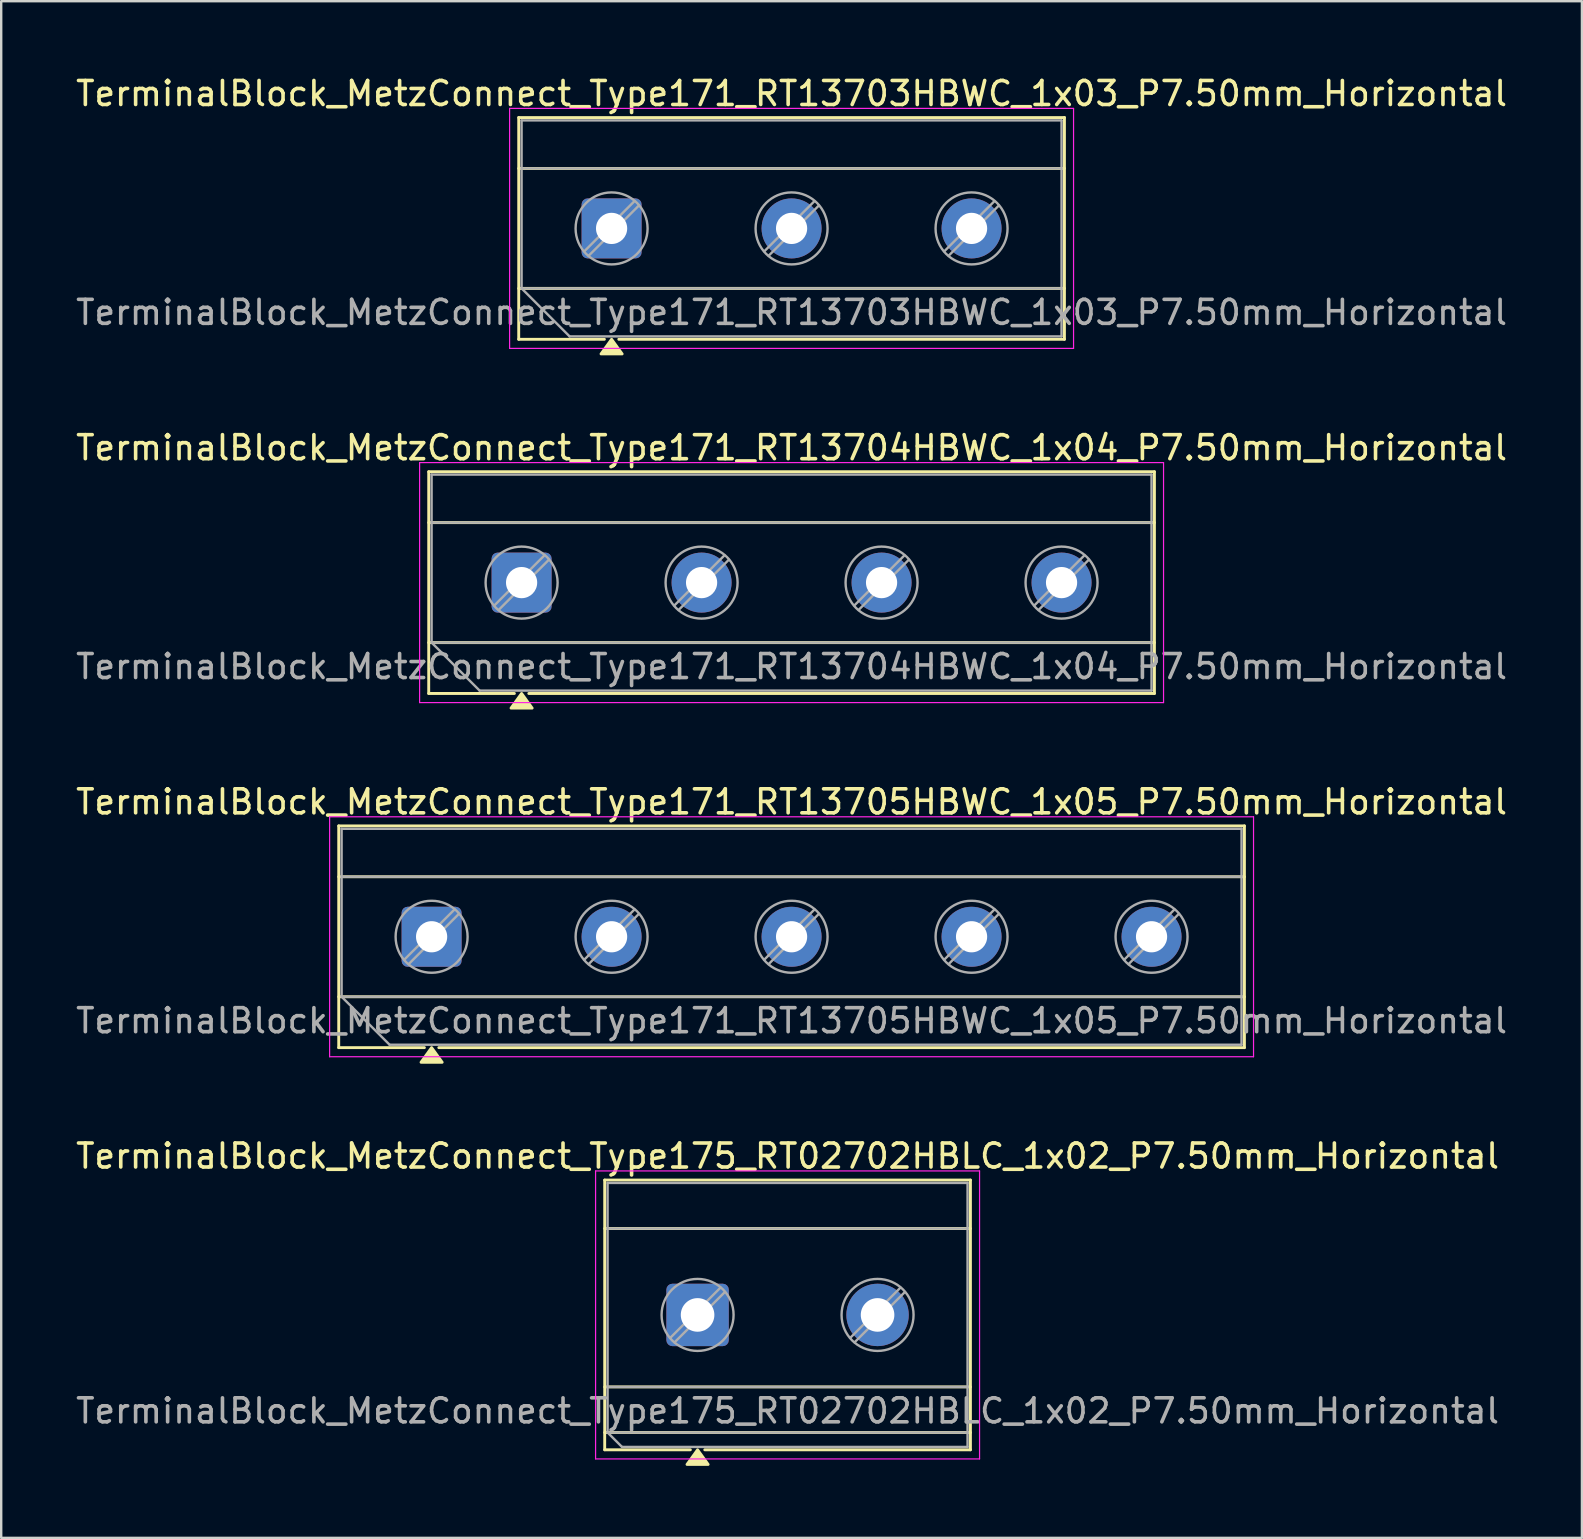
<source format=kicad_pcb>
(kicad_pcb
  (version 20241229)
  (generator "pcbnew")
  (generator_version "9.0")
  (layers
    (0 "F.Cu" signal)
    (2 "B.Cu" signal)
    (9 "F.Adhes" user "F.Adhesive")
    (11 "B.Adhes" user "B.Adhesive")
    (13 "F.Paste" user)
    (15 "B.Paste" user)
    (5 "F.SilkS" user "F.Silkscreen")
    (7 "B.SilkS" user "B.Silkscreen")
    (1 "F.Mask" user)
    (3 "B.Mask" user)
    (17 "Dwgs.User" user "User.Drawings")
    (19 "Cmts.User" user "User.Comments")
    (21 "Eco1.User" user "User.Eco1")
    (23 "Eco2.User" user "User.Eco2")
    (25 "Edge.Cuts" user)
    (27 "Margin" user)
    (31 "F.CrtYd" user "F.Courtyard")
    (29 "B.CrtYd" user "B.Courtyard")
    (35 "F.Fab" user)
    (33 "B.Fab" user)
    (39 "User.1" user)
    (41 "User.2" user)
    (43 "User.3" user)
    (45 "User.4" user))
  (footprint "TerminalBlock_MetzConnect_Type175_RT02702HBLC_1x02_P7.50mm_Horizontal"
    (layer "F.Cu")
    (at 26.018 51.743)
    (property "Reference" "TerminalBlock_MetzConnect_Type175_RT02702HBLC_1x02_P7.50mm_Horizontal" (at 3.75 -6.62 0) (layer "F.SilkS") (effects (font (size 1 1) (thickness 0.15))))
    (attr through_hole)
    (fp_line (start -3.87 -5.62) (end -3.87 5.62) (stroke (width 0.12) (type solid)) (layer "F.SilkS"))
    (fp_line (start -3.87 -5.62) (end 11.37 -5.62) (stroke (width 0.12) (type solid)) (layer "F.SilkS"))
    (fp_line (start -3.87 -3.6) (end 11.37 -3.6) (stroke (width 0.12) (type solid)) (layer "F.SilkS"))
    (fp_line (start -3.87 3) (end 11.37 3) (stroke (width 0.12) (type solid)) (layer "F.SilkS"))
    (fp_line (start -3.87 4.9) (end 11.37 4.9) (stroke (width 0.12) (type solid)) (layer "F.SilkS"))
    (fp_line (start -3.87 5.62) (end -0.3 5.62) (stroke (width 0.12) (type solid)) (layer "F.SilkS"))
    (fp_line (start 0.3 5.62) (end 11.37 5.62) (stroke (width 0.12) (type solid)) (layer "F.SilkS"))
    (fp_line (start 11.37 -5.62) (end 11.37 5.62) (stroke (width 0.12) (type solid)) (layer "F.SilkS"))
    (fp_poly (pts (xy 0 5.62) (xy 0.44 6.23) (xy -0.44 6.23)) (stroke (width 0.12) (type solid)) (fill yes) (layer "F.SilkS"))
    (fp_line (start -4.25 -6) (end -4.25 6) (stroke (width 0.05) (type solid)) (layer "F.CrtYd"))
    (fp_line (start -4.25 6) (end 11.75 6) (stroke (width 0.05) (type solid)) (layer "F.CrtYd"))
    (fp_line (start 11.75 -6) (end -4.25 -6) (stroke (width 0.05) (type solid)) (layer "F.CrtYd"))
    (fp_line (start 11.75 6) (end 11.75 -6) (stroke (width 0.05) (type solid)) (layer "F.CrtYd"))
    (fp_line (start -3.75 -5.5) (end 11.25 -5.5) (stroke (width 0.1) (type solid)) (layer "F.Fab"))
    (fp_line (start -3.75 -3.6) (end 11.25 -3.6) (stroke (width 0.1) (type solid)) (layer "F.Fab"))
    (fp_line (start -3.75 3) (end 11.25 3) (stroke (width 0.1) (type solid)) (layer "F.Fab"))
    (fp_line (start -3.75 4.9) (end -3.75 -5.5) (stroke (width 0.1) (type solid)) (layer "F.Fab"))
    (fp_line (start -3.75 4.9) (end 11.25 4.9) (stroke (width 0.1) (type solid)) (layer "F.Fab"))
    (fp_line (start -3.15 5.5) (end -3.75 4.9) (stroke (width 0.1) (type solid)) (layer "F.Fab"))
    (fp_line (start 0.955 -1.138) (end -1.138 0.955) (stroke (width 0.1) (type solid)) (layer "F.Fab"))
    (fp_line (start 1.138 -0.955) (end -0.955 1.138) (stroke (width 0.1) (type solid)) (layer "F.Fab"))
    (fp_line (start 8.455 -1.138) (end 6.362 0.955) (stroke (width 0.1) (type solid)) (layer "F.Fab"))
    (fp_line (start 8.638 -0.955) (end 6.545 1.138) (stroke (width 0.1) (type solid)) (layer "F.Fab"))
    (fp_line (start 11.25 -5.5) (end 11.25 5.5) (stroke (width 0.1) (type solid)) (layer "F.Fab"))
    (fp_line (start 11.25 5.5) (end -3.15 5.5) (stroke (width 0.1) (type solid)) (layer "F.Fab"))
    (fp_circle (center 0 0) (end 1.5 0) (stroke (width 0.1) (type solid)) (fill no) (layer "F.Fab"))
    (fp_circle (center 7.5 0) (end 9 0) (stroke (width 0.1) (type solid)) (fill no) (layer "F.Fab"))
    (fp_text user "${REFERENCE}" (at 3.75 4 0) (layer "F.Fab") (effects (font (size 1 1) (thickness 0.15))))
    (pad "1" thru_hole roundrect (at 0 0) (size 2.6 2.6) (drill 1.4) (layers "*.Cu" "*.Mask") (roundrect_rratio 0.096))
    (pad "2" thru_hole circle (at 7.5 0) (size 2.6 2.6) (drill 1.4) (layers "*.Cu" "*.Mask")))
  (footprint "TerminalBlock_MetzConnect_Type171_RT13705HBWC_1x05_P7.50mm_Horizontal"
    (layer "F.Cu")
    (at 14.935 35.985)
    (property "Reference" "TerminalBlock_MetzConnect_Type171_RT13705HBWC_1x05_P7.50mm_Horizontal" (at 15 -5.62 0) (layer "F.SilkS") (effects (font (size 1 1) (thickness 0.15))))
    (attr through_hole)
    (fp_line (start -3.87 -4.62) (end -3.87 4.62) (stroke (width 0.12) (type solid)) (layer "F.SilkS"))
    (fp_line (start -3.87 -4.62) (end 33.87 -4.62) (stroke (width 0.12) (type solid)) (layer "F.SilkS"))
    (fp_line (start -3.87 -2.5) (end 33.87 -2.5) (stroke (width 0.12) (type solid)) (layer "F.SilkS"))
    (fp_line (start -3.87 2.5) (end 33.87 2.5) (stroke (width 0.12) (type solid)) (layer "F.SilkS"))
    (fp_line (start -3.87 4.62) (end -0.3 4.62) (stroke (width 0.12) (type solid)) (layer "F.SilkS"))
    (fp_line (start 0.3 4.62) (end 33.87 4.62) (stroke (width 0.12) (type solid)) (layer "F.SilkS"))
    (fp_line (start 33.87 -4.62) (end 33.87 4.62) (stroke (width 0.12) (type solid)) (layer "F.SilkS"))
    (fp_poly (pts (xy 0 4.62) (xy 0.44 5.23) (xy -0.44 5.23)) (stroke (width 0.12) (type solid)) (fill yes) (layer "F.SilkS"))
    (fp_line (start -4.25 -5) (end -4.25 5) (stroke (width 0.05) (type solid)) (layer "F.CrtYd"))
    (fp_line (start -4.25 5) (end 34.25 5) (stroke (width 0.05) (type solid)) (layer "F.CrtYd"))
    (fp_line (start 34.25 -5) (end -4.25 -5) (stroke (width 0.05) (type solid)) (layer "F.CrtYd"))
    (fp_line (start 34.25 5) (end 34.25 -5) (stroke (width 0.05) (type solid)) (layer "F.CrtYd"))
    (fp_line (start -3.75 -4.5) (end 33.75 -4.5) (stroke (width 0.1) (type solid)) (layer "F.Fab"))
    (fp_line (start -3.75 -2.5) (end 33.75 -2.5) (stroke (width 0.1) (type solid)) (layer "F.Fab"))
    (fp_line (start -3.75 2.5) (end -3.75 -4.5) (stroke (width 0.1) (type solid)) (layer "F.Fab"))
    (fp_line (start -3.75 2.5) (end 33.75 2.5) (stroke (width 0.1) (type solid)) (layer "F.Fab"))
    (fp_line (start -1.75 4.5) (end -3.75 2.5) (stroke (width 0.1) (type solid)) (layer "F.Fab"))
    (fp_line (start 0.955 -1.138) (end -1.138 0.955) (stroke (width 0.1) (type solid)) (layer "F.Fab"))
    (fp_line (start 1.138 -0.955) (end -0.955 1.138) (stroke (width 0.1) (type solid)) (layer "F.Fab"))
    (fp_line (start 8.455 -1.138) (end 6.362 0.955) (stroke (width 0.1) (type solid)) (layer "F.Fab"))
    (fp_line (start 8.638 -0.955) (end 6.545 1.138) (stroke (width 0.1) (type solid)) (layer "F.Fab"))
    (fp_line (start 15.955 -1.138) (end 13.862 0.955) (stroke (width 0.1) (type solid)) (layer "F.Fab"))
    (fp_line (start 16.138 -0.955) (end 14.045 1.138) (stroke (width 0.1) (type solid)) (layer "F.Fab"))
    (fp_line (start 23.455 -1.138) (end 21.362 0.955) (stroke (width 0.1) (type solid)) (layer "F.Fab"))
    (fp_line (start 23.638 -0.955) (end 21.545 1.138) (stroke (width 0.1) (type solid)) (layer "F.Fab"))
    (fp_line (start 30.955 -1.138) (end 28.862 0.955) (stroke (width 0.1) (type solid)) (layer "F.Fab"))
    (fp_line (start 31.138 -0.955) (end 29.045 1.138) (stroke (width 0.1) (type solid)) (layer "F.Fab"))
    (fp_line (start 33.75 -4.5) (end 33.75 4.5) (stroke (width 0.1) (type solid)) (layer "F.Fab"))
    (fp_line (start 33.75 4.5) (end -1.75 4.5) (stroke (width 0.1) (type solid)) (layer "F.Fab"))
    (fp_circle (center 0 0) (end 1.5 0) (stroke (width 0.1) (type solid)) (fill no) (layer "F.Fab"))
    (fp_circle (center 7.5 0) (end 9 0) (stroke (width 0.1) (type solid)) (fill no) (layer "F.Fab"))
    (fp_circle (center 15 0) (end 16.5 0) (stroke (width 0.1) (type solid)) (fill no) (layer "F.Fab"))
    (fp_circle (center 22.5 0) (end 24 0) (stroke (width 0.1) (type solid)) (fill no) (layer "F.Fab"))
    (fp_circle (center 30 0) (end 31.5 0) (stroke (width 0.1) (type solid)) (fill no) (layer "F.Fab"))
    (fp_text user "${REFERENCE}" (at 15 3.5 0) (layer "F.Fab") (effects (font (size 1 1) (thickness 0.15))))
    (pad "1" thru_hole roundrect (at 0 0) (size 2.5 2.5) (drill 1.3) (layers "*.Cu" "*.Mask") (roundrect_rratio 0.1))
    (pad "2" thru_hole circle (at 7.5 0) (size 2.5 2.5) (drill 1.3) (layers "*.Cu" "*.Mask"))
    (pad "3" thru_hole circle (at 15 0) (size 2.5 2.5) (drill 1.3) (layers "*.Cu" "*.Mask"))
    (pad "4" thru_hole circle (at 22.5 0) (size 2.5 2.5) (drill 1.3) (layers "*.Cu" "*.Mask"))
    (pad "5" thru_hole circle (at 30 0) (size 2.5 2.5) (drill 1.3) (layers "*.Cu" "*.Mask")))
  (footprint "TerminalBlock_MetzConnect_Type171_RT13704HBWC_1x04_P7.50mm_Horizontal"
    (layer "F.Cu")
    (at 18.685 21.227)
    (property "Reference" "TerminalBlock_MetzConnect_Type171_RT13704HBWC_1x04_P7.50mm_Horizontal" (at 11.25 -5.62 0) (layer "F.SilkS") (effects (font (size 1 1) (thickness 0.15))))
    (attr through_hole)
    (fp_line (start -3.87 -4.62) (end -3.87 4.62) (stroke (width 0.12) (type solid)) (layer "F.SilkS"))
    (fp_line (start -3.87 -4.62) (end 26.37 -4.62) (stroke (width 0.12) (type solid)) (layer "F.SilkS"))
    (fp_line (start -3.87 -2.5) (end 26.37 -2.5) (stroke (width 0.12) (type solid)) (layer "F.SilkS"))
    (fp_line (start -3.87 2.5) (end 26.37 2.5) (stroke (width 0.12) (type solid)) (layer "F.SilkS"))
    (fp_line (start -3.87 4.62) (end -0.3 4.62) (stroke (width 0.12) (type solid)) (layer "F.SilkS"))
    (fp_line (start 0.3 4.62) (end 26.37 4.62) (stroke (width 0.12) (type solid)) (layer "F.SilkS"))
    (fp_line (start 26.37 -4.62) (end 26.37 4.62) (stroke (width 0.12) (type solid)) (layer "F.SilkS"))
    (fp_poly (pts (xy 0 4.62) (xy 0.44 5.23) (xy -0.44 5.23)) (stroke (width 0.12) (type solid)) (fill yes) (layer "F.SilkS"))
    (fp_line (start -4.25 -5) (end -4.25 5) (stroke (width 0.05) (type solid)) (layer "F.CrtYd"))
    (fp_line (start -4.25 5) (end 26.75 5) (stroke (width 0.05) (type solid)) (layer "F.CrtYd"))
    (fp_line (start 26.75 -5) (end -4.25 -5) (stroke (width 0.05) (type solid)) (layer "F.CrtYd"))
    (fp_line (start 26.75 5) (end 26.75 -5) (stroke (width 0.05) (type solid)) (layer "F.CrtYd"))
    (fp_line (start -3.75 -4.5) (end 26.25 -4.5) (stroke (width 0.1) (type solid)) (layer "F.Fab"))
    (fp_line (start -3.75 -2.5) (end 26.25 -2.5) (stroke (width 0.1) (type solid)) (layer "F.Fab"))
    (fp_line (start -3.75 2.5) (end -3.75 -4.5) (stroke (width 0.1) (type solid)) (layer "F.Fab"))
    (fp_line (start -3.75 2.5) (end 26.25 2.5) (stroke (width 0.1) (type solid)) (layer "F.Fab"))
    (fp_line (start -1.75 4.5) (end -3.75 2.5) (stroke (width 0.1) (type solid)) (layer "F.Fab"))
    (fp_line (start 0.955 -1.138) (end -1.138 0.955) (stroke (width 0.1) (type solid)) (layer "F.Fab"))
    (fp_line (start 1.138 -0.955) (end -0.955 1.138) (stroke (width 0.1) (type solid)) (layer "F.Fab"))
    (fp_line (start 8.455 -1.138) (end 6.362 0.955) (stroke (width 0.1) (type solid)) (layer "F.Fab"))
    (fp_line (start 8.638 -0.955) (end 6.545 1.138) (stroke (width 0.1) (type solid)) (layer "F.Fab"))
    (fp_line (start 15.955 -1.138) (end 13.862 0.955) (stroke (width 0.1) (type solid)) (layer "F.Fab"))
    (fp_line (start 16.138 -0.955) (end 14.045 1.138) (stroke (width 0.1) (type solid)) (layer "F.Fab"))
    (fp_line (start 23.455 -1.138) (end 21.362 0.955) (stroke (width 0.1) (type solid)) (layer "F.Fab"))
    (fp_line (start 23.638 -0.955) (end 21.545 1.138) (stroke (width 0.1) (type solid)) (layer "F.Fab"))
    (fp_line (start 26.25 -4.5) (end 26.25 4.5) (stroke (width 0.1) (type solid)) (layer "F.Fab"))
    (fp_line (start 26.25 4.5) (end -1.75 4.5) (stroke (width 0.1) (type solid)) (layer "F.Fab"))
    (fp_circle (center 0 0) (end 1.5 0) (stroke (width 0.1) (type solid)) (fill no) (layer "F.Fab"))
    (fp_circle (center 7.5 0) (end 9 0) (stroke (width 0.1) (type solid)) (fill no) (layer "F.Fab"))
    (fp_circle (center 15 0) (end 16.5 0) (stroke (width 0.1) (type solid)) (fill no) (layer "F.Fab"))
    (fp_circle (center 22.5 0) (end 24 0) (stroke (width 0.1) (type solid)) (fill no) (layer "F.Fab"))
    (fp_text user "${REFERENCE}" (at 11.25 3.5 0) (layer "F.Fab") (effects (font (size 1 1) (thickness 0.15))))
    (pad "1" thru_hole roundrect (at 0 0) (size 2.5 2.5) (drill 1.3) (layers "*.Cu" "*.Mask") (roundrect_rratio 0.1))
    (pad "2" thru_hole circle (at 7.5 0) (size 2.5 2.5) (drill 1.3) (layers "*.Cu" "*.Mask"))
    (pad "3" thru_hole circle (at 15 0) (size 2.5 2.5) (drill 1.3) (layers "*.Cu" "*.Mask"))
    (pad "4" thru_hole circle (at 22.5 0) (size 2.5 2.5) (drill 1.3) (layers "*.Cu" "*.Mask")))
  (footprint "TerminalBlock_MetzConnect_Type171_RT13703HBWC_1x03_P7.50mm_Horizontal"
    (layer "F.Cu")
    (at 22.435 6.468)
    (property "Reference" "TerminalBlock_MetzConnect_Type171_RT13703HBWC_1x03_P7.50mm_Horizontal" (at 7.5 -5.62 0) (layer "F.SilkS") (effects (font (size 1 1) (thickness 0.15))))
    (attr through_hole)
    (fp_line (start -3.87 -4.62) (end -3.87 4.62) (stroke (width 0.12) (type solid)) (layer "F.SilkS"))
    (fp_line (start -3.87 -4.62) (end 18.87 -4.62) (stroke (width 0.12) (type solid)) (layer "F.SilkS"))
    (fp_line (start -3.87 -2.5) (end 18.87 -2.5) (stroke (width 0.12) (type solid)) (layer "F.SilkS"))
    (fp_line (start -3.87 2.5) (end 18.87 2.5) (stroke (width 0.12) (type solid)) (layer "F.SilkS"))
    (fp_line (start -3.87 4.62) (end -0.3 4.62) (stroke (width 0.12) (type solid)) (layer "F.SilkS"))
    (fp_line (start 0.3 4.62) (end 18.87 4.62) (stroke (width 0.12) (type solid)) (layer "F.SilkS"))
    (fp_line (start 18.87 -4.62) (end 18.87 4.62) (stroke (width 0.12) (type solid)) (layer "F.SilkS"))
    (fp_poly (pts (xy 0 4.62) (xy 0.44 5.23) (xy -0.44 5.23)) (stroke (width 0.12) (type solid)) (fill yes) (layer "F.SilkS"))
    (fp_line (start -4.25 -5) (end -4.25 5) (stroke (width 0.05) (type solid)) (layer "F.CrtYd"))
    (fp_line (start -4.25 5) (end 19.25 5) (stroke (width 0.05) (type solid)) (layer "F.CrtYd"))
    (fp_line (start 19.25 -5) (end -4.25 -5) (stroke (width 0.05) (type solid)) (layer "F.CrtYd"))
    (fp_line (start 19.25 5) (end 19.25 -5) (stroke (width 0.05) (type solid)) (layer "F.CrtYd"))
    (fp_line (start -3.75 -4.5) (end 18.75 -4.5) (stroke (width 0.1) (type solid)) (layer "F.Fab"))
    (fp_line (start -3.75 -2.5) (end 18.75 -2.5) (stroke (width 0.1) (type solid)) (layer "F.Fab"))
    (fp_line (start -3.75 2.5) (end -3.75 -4.5) (stroke (width 0.1) (type solid)) (layer "F.Fab"))
    (fp_line (start -3.75 2.5) (end 18.75 2.5) (stroke (width 0.1) (type solid)) (layer "F.Fab"))
    (fp_line (start -1.75 4.5) (end -3.75 2.5) (stroke (width 0.1) (type solid)) (layer "F.Fab"))
    (fp_line (start 0.955 -1.138) (end -1.138 0.955) (stroke (width 0.1) (type solid)) (layer "F.Fab"))
    (fp_line (start 1.138 -0.955) (end -0.955 1.138) (stroke (width 0.1) (type solid)) (layer "F.Fab"))
    (fp_line (start 8.455 -1.138) (end 6.362 0.955) (stroke (width 0.1) (type solid)) (layer "F.Fab"))
    (fp_line (start 8.638 -0.955) (end 6.545 1.138) (stroke (width 0.1) (type solid)) (layer "F.Fab"))
    (fp_line (start 15.955 -1.138) (end 13.862 0.955) (stroke (width 0.1) (type solid)) (layer "F.Fab"))
    (fp_line (start 16.138 -0.955) (end 14.045 1.138) (stroke (width 0.1) (type solid)) (layer "F.Fab"))
    (fp_line (start 18.75 -4.5) (end 18.75 4.5) (stroke (width 0.1) (type solid)) (layer "F.Fab"))
    (fp_line (start 18.75 4.5) (end -1.75 4.5) (stroke (width 0.1) (type solid)) (layer "F.Fab"))
    (fp_circle (center 0 0) (end 1.5 0) (stroke (width 0.1) (type solid)) (fill no) (layer "F.Fab"))
    (fp_circle (center 7.5 0) (end 9 0) (stroke (width 0.1) (type solid)) (fill no) (layer "F.Fab"))
    (fp_circle (center 15 0) (end 16.5 0) (stroke (width 0.1) (type solid)) (fill no) (layer "F.Fab"))
    (fp_text user "${REFERENCE}" (at 7.5 3.5 0) (layer "F.Fab") (effects (font (size 1 1) (thickness 0.15))))
    (pad "1" thru_hole roundrect (at 0 0) (size 2.5 2.5) (drill 1.3) (layers "*.Cu" "*.Mask") (roundrect_rratio 0.1))
    (pad "2" thru_hole circle (at 7.5 0) (size 2.5 2.5) (drill 1.3) (layers "*.Cu" "*.Mask"))
    (pad "3" thru_hole circle (at 15 0) (size 2.5 2.5) (drill 1.3) (layers "*.Cu" "*.Mask")))
  (gr_rect
    (start -3 -3)
    (end 62.869 61.033)
    (stroke (width 0.1) (type default))
    (fill no)
    (layer "Edge.Cuts")))
</source>
